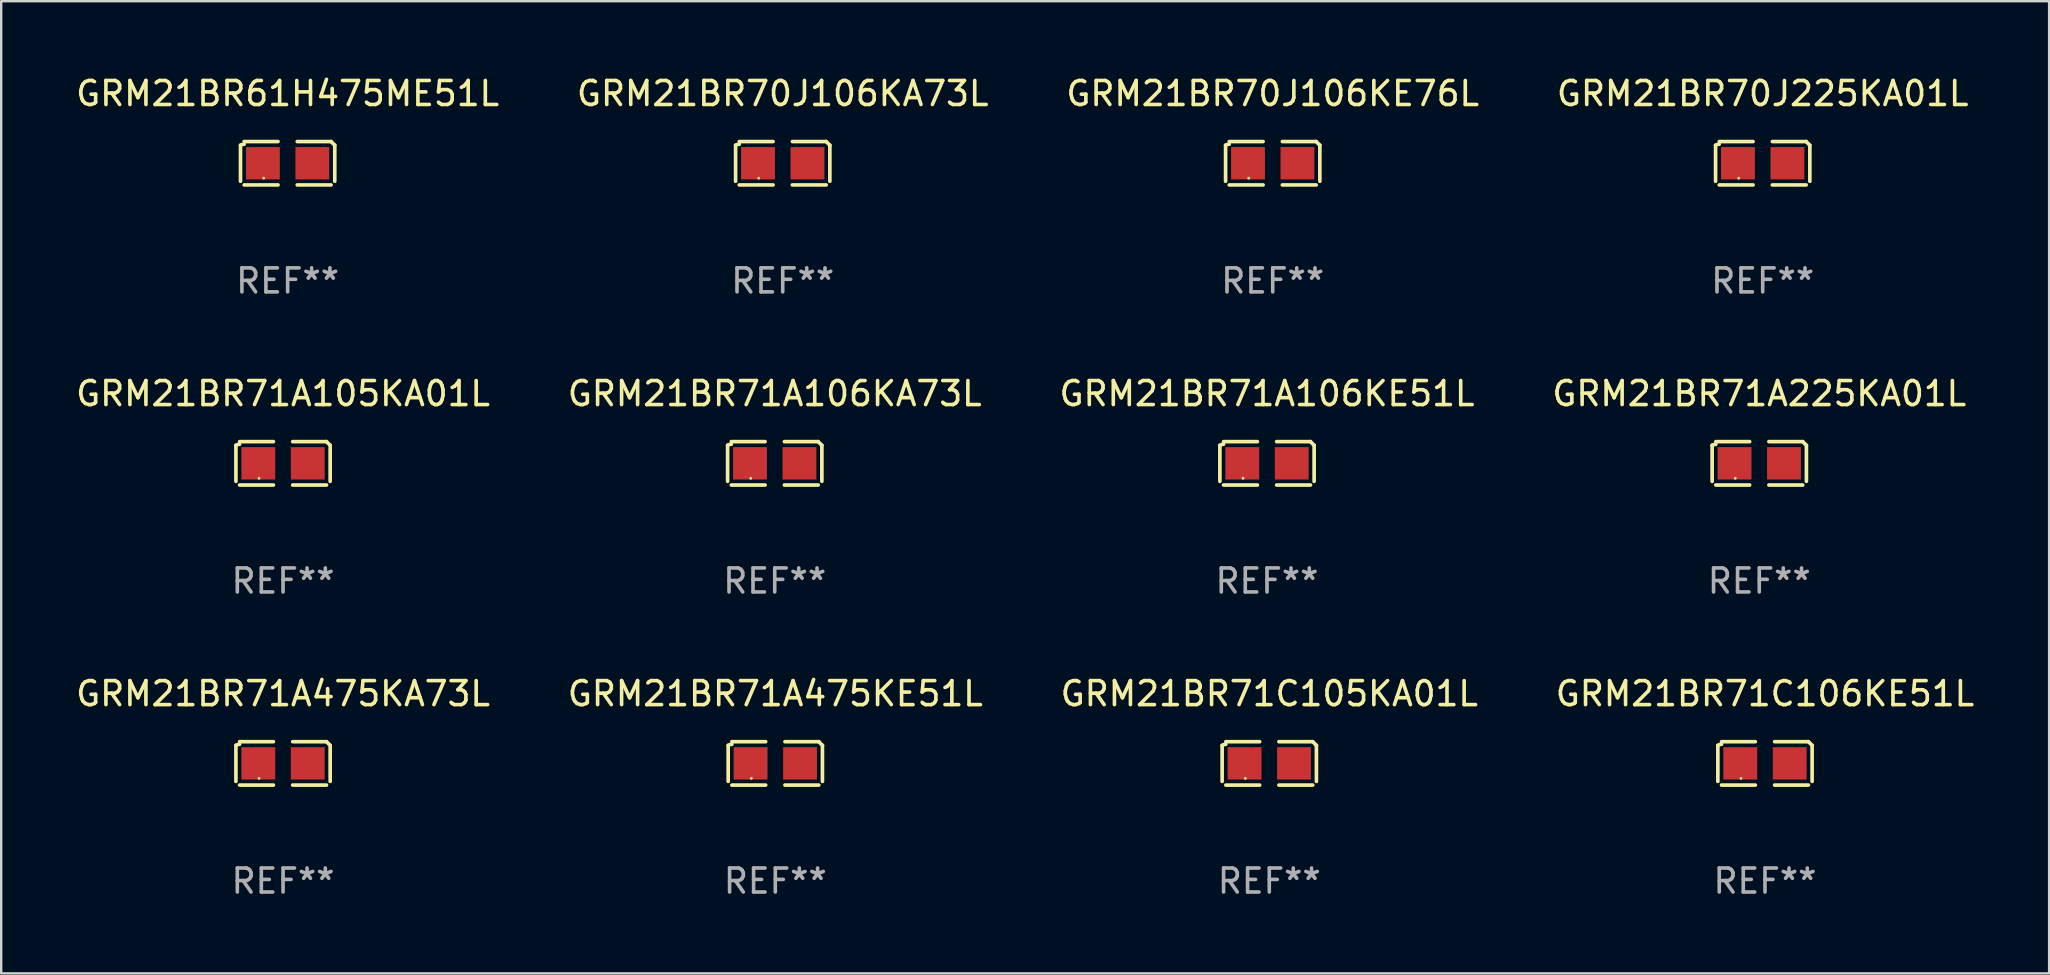
<source format=kicad_pcb>
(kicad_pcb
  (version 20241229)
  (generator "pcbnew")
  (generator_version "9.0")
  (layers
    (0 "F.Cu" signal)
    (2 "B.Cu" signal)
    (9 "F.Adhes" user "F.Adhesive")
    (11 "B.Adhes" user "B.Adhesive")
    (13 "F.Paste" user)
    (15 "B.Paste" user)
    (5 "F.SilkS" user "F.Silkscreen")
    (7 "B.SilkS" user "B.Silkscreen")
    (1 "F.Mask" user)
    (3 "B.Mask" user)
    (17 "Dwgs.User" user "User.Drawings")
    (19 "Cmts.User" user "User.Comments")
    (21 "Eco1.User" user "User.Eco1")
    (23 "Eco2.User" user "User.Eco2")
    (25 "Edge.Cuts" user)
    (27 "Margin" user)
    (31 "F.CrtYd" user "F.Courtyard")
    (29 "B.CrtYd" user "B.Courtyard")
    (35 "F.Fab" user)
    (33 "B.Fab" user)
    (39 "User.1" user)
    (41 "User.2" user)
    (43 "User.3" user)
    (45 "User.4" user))
  (footprint "GRM21BR70J225KA01L"
    (layer "F.Cu")
    (at 70.399 3.752)
    (property "Reference" "GRM21BR70J225KA01L" (at 0 -2.904 0) (layer "F.SilkS") (effects (font (size 1 1) (thickness 0.15))))
    (attr through_hole)
    (fp_line (start -1.964 0.751) (end -1.964 -0.751) (stroke (width 0.152) (type solid)) (layer "F.SilkS"))
    (fp_line (start -1.811 -0.904) (end -0.401 -0.904) (stroke (width 0.152) (type solid)) (layer "F.SilkS"))
    (fp_line (start -0.401 0.904) (end -1.811 0.904) (stroke (width 0.152) (type solid)) (layer "F.SilkS"))
    (fp_line (start 0.401 0.904) (end 1.811 0.904) (stroke (width 0.152) (type solid)) (layer "F.SilkS"))
    (fp_line (start 1.811 -0.904) (end 0.401 -0.904) (stroke (width 0.152) (type solid)) (layer "F.SilkS"))
    (fp_line (start 1.964 0.751) (end 1.964 -0.751) (stroke (width 0.152) (type solid)) (layer "F.SilkS"))
    (fp_arc (start -1.963602 -0.751207) (mid -1.890354 -0.783131) (end -1.811201 -0.794044) (stroke (width 0.1524) (type solid)) (layer "F.SilkS"))
    (fp_arc (start 1.811202 -0.903607) (mid 1.887413 -0.827418) (end 1.963602 -0.751207) (stroke (width 0.1524) (type solid)) (layer "F.SilkS"))
    (fp_circle (center -1 0.625) (end -0.97 0.625) (stroke (width 0.06) (type solid)) (fill no) (layer "F.SilkS"))
    (fp_text user "REF**" (at 0 4.904 0) (layer "F.Fab") (effects (font (size 1 1) (thickness 0.15))))
    (pad "1" smd rect (at -1.03 0) (size 1.41 1.35) (layers "F.Cu" "F.Mask" "F.Paste"))
    (pad "2" smd rect (at 1.03 0) (size 1.41 1.35) (layers "F.Cu" "F.Mask" "F.Paste")))
  (footprint "GRM21BR71A225KA01L"
    (layer "F.Cu")
    (at 70.256 16.256)
    (property "Reference" "GRM21BR71A225KA01L" (at 0 -2.904 0) (layer "F.SilkS") (effects (font (size 1 1) (thickness 0.15))))
    (attr through_hole)
    (fp_line (start -1.964 0.751) (end -1.964 -0.751) (stroke (width 0.152) (type solid)) (layer "F.SilkS"))
    (fp_line (start -1.811 -0.904) (end -0.401 -0.904) (stroke (width 0.152) (type solid)) (layer "F.SilkS"))
    (fp_line (start -0.401 0.904) (end -1.811 0.904) (stroke (width 0.152) (type solid)) (layer "F.SilkS"))
    (fp_line (start 0.401 0.904) (end 1.811 0.904) (stroke (width 0.152) (type solid)) (layer "F.SilkS"))
    (fp_line (start 1.811 -0.904) (end 0.401 -0.904) (stroke (width 0.152) (type solid)) (layer "F.SilkS"))
    (fp_line (start 1.964 0.751) (end 1.964 -0.751) (stroke (width 0.152) (type solid)) (layer "F.SilkS"))
    (fp_arc (start -1.963602 -0.751207) (mid -1.890354 -0.783131) (end -1.811201 -0.794044) (stroke (width 0.1524) (type solid)) (layer "F.SilkS"))
    (fp_arc (start 1.811202 -0.903607) (mid 1.887413 -0.827418) (end 1.963602 -0.751207) (stroke (width 0.1524) (type solid)) (layer "F.SilkS"))
    (fp_circle (center -1 0.625) (end -0.97 0.625) (stroke (width 0.06) (type solid)) (fill no) (layer "F.SilkS"))
    (fp_text user "REF**" (at 0 4.904 0) (layer "F.Fab") (effects (font (size 1 1) (thickness 0.15))))
    (pad "1" smd rect (at -1.03 0) (size 1.41 1.35) (layers "F.Cu" "F.Mask" "F.Paste"))
    (pad "2" smd rect (at 1.03 0) (size 1.41 1.35) (layers "F.Cu" "F.Mask" "F.Paste")))
  (footprint "GRM21BR70J106KA73L"
    (layer "F.Cu")
    (at 29.565 3.752)
    (property "Reference" "GRM21BR70J106KA73L" (at 0 -2.904 0) (layer "F.SilkS") (effects (font (size 1 1) (thickness 0.15))))
    (attr through_hole)
    (fp_line (start -1.964 0.751) (end -1.964 -0.751) (stroke (width 0.152) (type solid)) (layer "F.SilkS"))
    (fp_line (start -1.811 -0.904) (end -0.401 -0.904) (stroke (width 0.152) (type solid)) (layer "F.SilkS"))
    (fp_line (start -0.401 0.904) (end -1.811 0.904) (stroke (width 0.152) (type solid)) (layer "F.SilkS"))
    (fp_line (start 0.401 0.904) (end 1.811 0.904) (stroke (width 0.152) (type solid)) (layer "F.SilkS"))
    (fp_line (start 1.811 -0.904) (end 0.401 -0.904) (stroke (width 0.152) (type solid)) (layer "F.SilkS"))
    (fp_line (start 1.964 0.751) (end 1.964 -0.751) (stroke (width 0.152) (type solid)) (layer "F.SilkS"))
    (fp_arc (start -1.963602 -0.751207) (mid -1.890354 -0.783131) (end -1.811201 -0.794044) (stroke (width 0.1524) (type solid)) (layer "F.SilkS"))
    (fp_arc (start 1.811202 -0.903607) (mid 1.887413 -0.827418) (end 1.963602 -0.751207) (stroke (width 0.1524) (type solid)) (layer "F.SilkS"))
    (fp_circle (center -1 0.625) (end -0.97 0.625) (stroke (width 0.06) (type solid)) (fill no) (layer "F.SilkS"))
    (fp_text user "REF**" (at 0 4.904 0) (layer "F.Fab") (effects (font (size 1 1) (thickness 0.15))))
    (pad "1" smd rect (at -1.03 0) (size 1.41 1.35) (layers "F.Cu" "F.Mask" "F.Paste"))
    (pad "2" smd rect (at 1.03 0) (size 1.41 1.35) (layers "F.Cu" "F.Mask" "F.Paste")))
  (footprint "GRM21BR71C105KA01L"
    (layer "F.Cu")
    (at 49.839 28.759)
    (property "Reference" "GRM21BR71C105KA01L" (at 0 -2.904 0) (layer "F.SilkS") (effects (font (size 1 1) (thickness 0.15))))
    (attr through_hole)
    (fp_line (start -1.964 0.751) (end -1.964 -0.751) (stroke (width 0.152) (type solid)) (layer "F.SilkS"))
    (fp_line (start -1.811 -0.904) (end -0.401 -0.904) (stroke (width 0.152) (type solid)) (layer "F.SilkS"))
    (fp_line (start -0.401 0.904) (end -1.811 0.904) (stroke (width 0.152) (type solid)) (layer "F.SilkS"))
    (fp_line (start 0.401 0.904) (end 1.811 0.904) (stroke (width 0.152) (type solid)) (layer "F.SilkS"))
    (fp_line (start 1.811 -0.904) (end 0.401 -0.904) (stroke (width 0.152) (type solid)) (layer "F.SilkS"))
    (fp_line (start 1.964 0.751) (end 1.964 -0.751) (stroke (width 0.152) (type solid)) (layer "F.SilkS"))
    (fp_arc (start -1.963602 -0.751207) (mid -1.890354 -0.783131) (end -1.811201 -0.794044) (stroke (width 0.1524) (type solid)) (layer "F.SilkS"))
    (fp_arc (start 1.811202 -0.903607) (mid 1.887413 -0.827418) (end 1.963602 -0.751207) (stroke (width 0.1524) (type solid)) (layer "F.SilkS"))
    (fp_circle (center -1 0.625) (end -0.97 0.625) (stroke (width 0.06) (type solid)) (fill no) (layer "F.SilkS"))
    (fp_text user "REF**" (at 0 4.904 0) (layer "F.Fab") (effects (font (size 1 1) (thickness 0.15))))
    (pad "1" smd rect (at -1.03 0) (size 1.41 1.35) (layers "F.Cu" "F.Mask" "F.Paste"))
    (pad "2" smd rect (at 1.03 0) (size 1.41 1.35) (layers "F.Cu" "F.Mask" "F.Paste")))
  (footprint "GRM21BR71A106KA73L"
    (layer "F.Cu")
    (at 29.232 16.256)
    (property "Reference" "GRM21BR71A106KA73L" (at 0 -2.904 0) (layer "F.SilkS") (effects (font (size 1 1) (thickness 0.15))))
    (attr through_hole)
    (fp_line (start -1.964 0.751) (end -1.964 -0.751) (stroke (width 0.152) (type solid)) (layer "F.SilkS"))
    (fp_line (start -1.811 -0.904) (end -0.401 -0.904) (stroke (width 0.152) (type solid)) (layer "F.SilkS"))
    (fp_line (start -0.401 0.904) (end -1.811 0.904) (stroke (width 0.152) (type solid)) (layer "F.SilkS"))
    (fp_line (start 0.401 0.904) (end 1.811 0.904) (stroke (width 0.152) (type solid)) (layer "F.SilkS"))
    (fp_line (start 1.811 -0.904) (end 0.401 -0.904) (stroke (width 0.152) (type solid)) (layer "F.SilkS"))
    (fp_line (start 1.964 0.751) (end 1.964 -0.751) (stroke (width 0.152) (type solid)) (layer "F.SilkS"))
    (fp_arc (start -1.963602 -0.751207) (mid -1.890354 -0.783131) (end -1.811201 -0.794044) (stroke (width 0.1524) (type solid)) (layer "F.SilkS"))
    (fp_arc (start 1.811202 -0.903607) (mid 1.887413 -0.827418) (end 1.963602 -0.751207) (stroke (width 0.1524) (type solid)) (layer "F.SilkS"))
    (fp_circle (center -1 0.625) (end -0.97 0.625) (stroke (width 0.06) (type solid)) (fill no) (layer "F.SilkS"))
    (fp_text user "REF**" (at 0 4.904 0) (layer "F.Fab") (effects (font (size 1 1) (thickness 0.15))))
    (pad "1" smd rect (at -1.03 0) (size 1.41 1.35) (layers "F.Cu" "F.Mask" "F.Paste"))
    (pad "2" smd rect (at 1.03 0) (size 1.41 1.35) (layers "F.Cu" "F.Mask" "F.Paste")))
  (footprint "GRM21BR71A475KA73L"
    (layer "F.Cu")
    (at 8.744 28.759)
    (property "Reference" "GRM21BR71A475KA73L" (at 0 -2.904 0) (layer "F.SilkS") (effects (font (size 1 1) (thickness 0.15))))
    (attr through_hole)
    (fp_line (start -1.964 0.751) (end -1.964 -0.751) (stroke (width 0.152) (type solid)) (layer "F.SilkS"))
    (fp_line (start -1.811 -0.904) (end -0.401 -0.904) (stroke (width 0.152) (type solid)) (layer "F.SilkS"))
    (fp_line (start -0.401 0.904) (end -1.811 0.904) (stroke (width 0.152) (type solid)) (layer "F.SilkS"))
    (fp_line (start 0.401 0.904) (end 1.811 0.904) (stroke (width 0.152) (type solid)) (layer "F.SilkS"))
    (fp_line (start 1.811 -0.904) (end 0.401 -0.904) (stroke (width 0.152) (type solid)) (layer "F.SilkS"))
    (fp_line (start 1.964 0.751) (end 1.964 -0.751) (stroke (width 0.152) (type solid)) (layer "F.SilkS"))
    (fp_arc (start -1.963602 -0.751207) (mid -1.890354 -0.783131) (end -1.811201 -0.794044) (stroke (width 0.1524) (type solid)) (layer "F.SilkS"))
    (fp_arc (start 1.811202 -0.903607) (mid 1.887413 -0.827418) (end 1.963602 -0.751207) (stroke (width 0.1524) (type solid)) (layer "F.SilkS"))
    (fp_circle (center -1 0.625) (end -0.97 0.625) (stroke (width 0.06) (type solid)) (fill no) (layer "F.SilkS"))
    (fp_text user "REF**" (at 0 4.904 0) (layer "F.Fab") (effects (font (size 1 1) (thickness 0.15))))
    (pad "1" smd rect (at -1.03 0) (size 1.41 1.35) (layers "F.Cu" "F.Mask" "F.Paste"))
    (pad "2" smd rect (at 1.03 0) (size 1.41 1.35) (layers "F.Cu" "F.Mask" "F.Paste")))
  (footprint "GRM21BR71A475KE51L"
    (layer "F.Cu")
    (at 29.256 28.759)
    (property "Reference" "GRM21BR71A475KE51L" (at 0 -2.904 0) (layer "F.SilkS") (effects (font (size 1 1) (thickness 0.15))))
    (attr through_hole)
    (fp_line (start -1.964 0.751) (end -1.964 -0.751) (stroke (width 0.152) (type solid)) (layer "F.SilkS"))
    (fp_line (start -1.811 -0.904) (end -0.401 -0.904) (stroke (width 0.152) (type solid)) (layer "F.SilkS"))
    (fp_line (start -0.401 0.904) (end -1.811 0.904) (stroke (width 0.152) (type solid)) (layer "F.SilkS"))
    (fp_line (start 0.401 0.904) (end 1.811 0.904) (stroke (width 0.152) (type solid)) (layer "F.SilkS"))
    (fp_line (start 1.811 -0.904) (end 0.401 -0.904) (stroke (width 0.152) (type solid)) (layer "F.SilkS"))
    (fp_line (start 1.964 0.751) (end 1.964 -0.751) (stroke (width 0.152) (type solid)) (layer "F.SilkS"))
    (fp_arc (start -1.963602 -0.751207) (mid -1.890354 -0.783131) (end -1.811201 -0.794044) (stroke (width 0.1524) (type solid)) (layer "F.SilkS"))
    (fp_arc (start 1.811202 -0.903607) (mid 1.887413 -0.827418) (end 1.963602 -0.751207) (stroke (width 0.1524) (type solid)) (layer "F.SilkS"))
    (fp_circle (center -1 0.625) (end -0.97 0.625) (stroke (width 0.06) (type solid)) (fill no) (layer "F.SilkS"))
    (fp_text user "REF**" (at 0 4.904 0) (layer "F.Fab") (effects (font (size 1 1) (thickness 0.15))))
    (pad "1" smd rect (at -1.03 0) (size 1.41 1.35) (layers "F.Cu" "F.Mask" "F.Paste"))
    (pad "2" smd rect (at 1.03 0) (size 1.41 1.35) (layers "F.Cu" "F.Mask" "F.Paste")))
  (footprint "GRM21BR71A106KE51L"
    (layer "F.Cu")
    (at 49.744 16.256)
    (property "Reference" "GRM21BR71A106KE51L" (at 0 -2.904 0) (layer "F.SilkS") (effects (font (size 1 1) (thickness 0.15))))
    (attr through_hole)
    (fp_line (start -1.964 0.751) (end -1.964 -0.751) (stroke (width 0.152) (type solid)) (layer "F.SilkS"))
    (fp_line (start -1.811 -0.904) (end -0.401 -0.904) (stroke (width 0.152) (type solid)) (layer "F.SilkS"))
    (fp_line (start -0.401 0.904) (end -1.811 0.904) (stroke (width 0.152) (type solid)) (layer "F.SilkS"))
    (fp_line (start 0.401 0.904) (end 1.811 0.904) (stroke (width 0.152) (type solid)) (layer "F.SilkS"))
    (fp_line (start 1.811 -0.904) (end 0.401 -0.904) (stroke (width 0.152) (type solid)) (layer "F.SilkS"))
    (fp_line (start 1.964 0.751) (end 1.964 -0.751) (stroke (width 0.152) (type solid)) (layer "F.SilkS"))
    (fp_arc (start -1.963602 -0.751207) (mid -1.890354 -0.783131) (end -1.811201 -0.794044) (stroke (width 0.1524) (type solid)) (layer "F.SilkS"))
    (fp_arc (start 1.811202 -0.903607) (mid 1.887413 -0.827418) (end 1.963602 -0.751207) (stroke (width 0.1524) (type solid)) (layer "F.SilkS"))
    (fp_circle (center -1 0.625) (end -0.97 0.625) (stroke (width 0.06) (type solid)) (fill no) (layer "F.SilkS"))
    (fp_text user "REF**" (at 0 4.904 0) (layer "F.Fab") (effects (font (size 1 1) (thickness 0.15))))
    (pad "1" smd rect (at -1.03 0) (size 1.41 1.35) (layers "F.Cu" "F.Mask" "F.Paste"))
    (pad "2" smd rect (at 1.03 0) (size 1.41 1.35) (layers "F.Cu" "F.Mask" "F.Paste")))
  (footprint "GRM21BR71A105KA01L"
    (layer "F.Cu")
    (at 8.744 16.256)
    (property "Reference" "GRM21BR71A105KA01L" (at 0 -2.904 0) (layer "F.SilkS") (effects (font (size 1 1) (thickness 0.15))))
    (attr through_hole)
    (fp_line (start -1.964 0.751) (end -1.964 -0.751) (stroke (width 0.152) (type solid)) (layer "F.SilkS"))
    (fp_line (start -1.811 -0.904) (end -0.401 -0.904) (stroke (width 0.152) (type solid)) (layer "F.SilkS"))
    (fp_line (start -0.401 0.904) (end -1.811 0.904) (stroke (width 0.152) (type solid)) (layer "F.SilkS"))
    (fp_line (start 0.401 0.904) (end 1.811 0.904) (stroke (width 0.152) (type solid)) (layer "F.SilkS"))
    (fp_line (start 1.811 -0.904) (end 0.401 -0.904) (stroke (width 0.152) (type solid)) (layer "F.SilkS"))
    (fp_line (start 1.964 0.751) (end 1.964 -0.751) (stroke (width 0.152) (type solid)) (layer "F.SilkS"))
    (fp_arc (start -1.963602 -0.751207) (mid -1.890354 -0.783131) (end -1.811201 -0.794044) (stroke (width 0.1524) (type solid)) (layer "F.SilkS"))
    (fp_arc (start 1.811202 -0.903607) (mid 1.887413 -0.827418) (end 1.963602 -0.751207) (stroke (width 0.1524) (type solid)) (layer "F.SilkS"))
    (fp_circle (center -1 0.625) (end -0.97 0.625) (stroke (width 0.06) (type solid)) (fill no) (layer "F.SilkS"))
    (fp_text user "REF**" (at 0 4.904 0) (layer "F.Fab") (effects (font (size 1 1) (thickness 0.15))))
    (pad "1" smd rect (at -1.03 0) (size 1.41 1.35) (layers "F.Cu" "F.Mask" "F.Paste"))
    (pad "2" smd rect (at 1.03 0) (size 1.41 1.35) (layers "F.Cu" "F.Mask" "F.Paste")))
  (footprint "GRM21BR70J106KE76L"
    (layer "F.Cu")
    (at 49.982 3.752)
    (property "Reference" "GRM21BR70J106KE76L" (at 0 -2.904 0) (layer "F.SilkS") (effects (font (size 1 1) (thickness 0.15))))
    (attr through_hole)
    (fp_line (start -1.964 0.751) (end -1.964 -0.751) (stroke (width 0.152) (type solid)) (layer "F.SilkS"))
    (fp_line (start -1.811 -0.904) (end -0.401 -0.904) (stroke (width 0.152) (type solid)) (layer "F.SilkS"))
    (fp_line (start -0.401 0.904) (end -1.811 0.904) (stroke (width 0.152) (type solid)) (layer "F.SilkS"))
    (fp_line (start 0.401 0.904) (end 1.811 0.904) (stroke (width 0.152) (type solid)) (layer "F.SilkS"))
    (fp_line (start 1.811 -0.904) (end 0.401 -0.904) (stroke (width 0.152) (type solid)) (layer "F.SilkS"))
    (fp_line (start 1.964 0.751) (end 1.964 -0.751) (stroke (width 0.152) (type solid)) (layer "F.SilkS"))
    (fp_arc (start -1.963602 -0.751207) (mid -1.890354 -0.783131) (end -1.811201 -0.794044) (stroke (width 0.1524) (type solid)) (layer "F.SilkS"))
    (fp_arc (start 1.811202 -0.903607) (mid 1.887413 -0.827418) (end 1.963602 -0.751207) (stroke (width 0.1524) (type solid)) (layer "F.SilkS"))
    (fp_circle (center -1 0.625) (end -0.97 0.625) (stroke (width 0.06) (type solid)) (fill no) (layer "F.SilkS"))
    (fp_text user "REF**" (at 0 4.904 0) (layer "F.Fab") (effects (font (size 1 1) (thickness 0.15))))
    (pad "1" smd rect (at -1.03 0) (size 1.41 1.35) (layers "F.Cu" "F.Mask" "F.Paste"))
    (pad "2" smd rect (at 1.03 0) (size 1.41 1.35) (layers "F.Cu" "F.Mask" "F.Paste")))
  (footprint "GRM21BR71C106KE51L"
    (layer "F.Cu")
    (at 70.494 28.759)
    (property "Reference" "GRM21BR71C106KE51L" (at 0 -2.904 0) (layer "F.SilkS") (effects (font (size 1 1) (thickness 0.15))))
    (attr through_hole)
    (fp_line (start -1.964 0.751) (end -1.964 -0.751) (stroke (width 0.152) (type solid)) (layer "F.SilkS"))
    (fp_line (start -1.811 -0.904) (end -0.401 -0.904) (stroke (width 0.152) (type solid)) (layer "F.SilkS"))
    (fp_line (start -0.401 0.904) (end -1.811 0.904) (stroke (width 0.152) (type solid)) (layer "F.SilkS"))
    (fp_line (start 0.401 0.904) (end 1.811 0.904) (stroke (width 0.152) (type solid)) (layer "F.SilkS"))
    (fp_line (start 1.811 -0.904) (end 0.401 -0.904) (stroke (width 0.152) (type solid)) (layer "F.SilkS"))
    (fp_line (start 1.964 0.751) (end 1.964 -0.751) (stroke (width 0.152) (type solid)) (layer "F.SilkS"))
    (fp_arc (start -1.963602 -0.751207) (mid -1.890354 -0.783131) (end -1.811201 -0.794044) (stroke (width 0.1524) (type solid)) (layer "F.SilkS"))
    (fp_arc (start 1.811202 -0.903607) (mid 1.887413 -0.827418) (end 1.963602 -0.751207) (stroke (width 0.1524) (type solid)) (layer "F.SilkS"))
    (fp_circle (center -1 0.625) (end -0.97 0.625) (stroke (width 0.06) (type solid)) (fill no) (layer "F.SilkS"))
    (fp_text user "REF**" (at 0 4.904 0) (layer "F.Fab") (effects (font (size 1 1) (thickness 0.15))))
    (pad "1" smd rect (at -1.03 0) (size 1.41 1.35) (layers "F.Cu" "F.Mask" "F.Paste"))
    (pad "2" smd rect (at 1.03 0) (size 1.41 1.35) (layers "F.Cu" "F.Mask" "F.Paste")))
  (footprint "GRM21BR61H475ME51L"
    (layer "F.Cu")
    (at 8.935 3.752)
    (property "Reference" "GRM21BR61H475ME51L" (at 0 -2.904 0) (layer "F.SilkS") (effects (font (size 1 1) (thickness 0.15))))
    (attr through_hole)
    (fp_line (start -1.964 0.751) (end -1.964 -0.751) (stroke (width 0.152) (type solid)) (layer "F.SilkS"))
    (fp_line (start -1.811 -0.904) (end -0.401 -0.904) (stroke (width 0.152) (type solid)) (layer "F.SilkS"))
    (fp_line (start -0.401 0.904) (end -1.811 0.904) (stroke (width 0.152) (type solid)) (layer "F.SilkS"))
    (fp_line (start 0.401 0.904) (end 1.811 0.904) (stroke (width 0.152) (type solid)) (layer "F.SilkS"))
    (fp_line (start 1.811 -0.904) (end 0.401 -0.904) (stroke (width 0.152) (type solid)) (layer "F.SilkS"))
    (fp_line (start 1.964 0.751) (end 1.964 -0.751) (stroke (width 0.152) (type solid)) (layer "F.SilkS"))
    (fp_arc (start -1.963602 -0.751207) (mid -1.890354 -0.783131) (end -1.811201 -0.794044) (stroke (width 0.1524) (type solid)) (layer "F.SilkS"))
    (fp_arc (start 1.811202 -0.903607) (mid 1.887413 -0.827418) (end 1.963602 -0.751207) (stroke (width 0.1524) (type solid)) (layer "F.SilkS"))
    (fp_circle (center -1 0.625) (end -0.97 0.625) (stroke (width 0.06) (type solid)) (fill no) (layer "F.SilkS"))
    (fp_text user "REF**" (at 0 4.904 0) (layer "F.Fab") (effects (font (size 1 1) (thickness 0.15))))
    (pad "1" smd rect (at -1.03 0) (size 1.41 1.35) (layers "F.Cu" "F.Mask" "F.Paste"))
    (pad "2" smd rect (at 1.03 0) (size 1.41 1.35) (layers "F.Cu" "F.Mask" "F.Paste")))
  (gr_rect
    (start -3 -3)
    (end 82.333 37.511)
    (stroke (width 0.1) (type default))
    (fill no)
    (layer "Edge.Cuts")))
</source>
